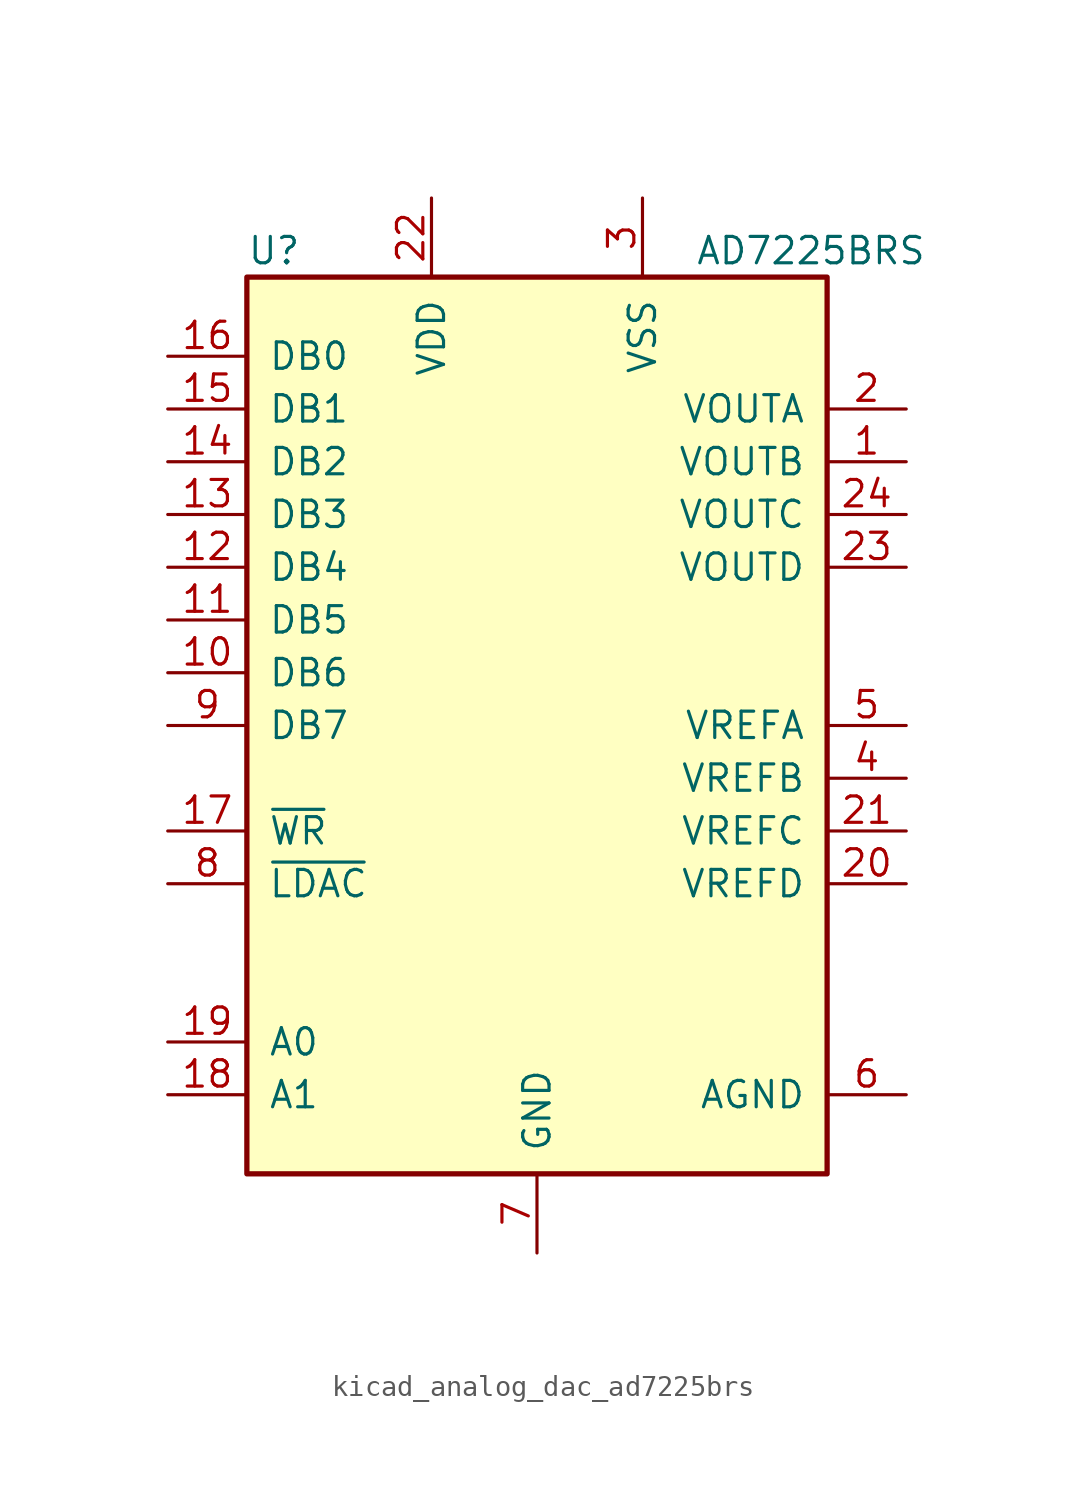
<source format=kicad_sym>
(kicad_symbol_lib
  (version 20220914)
  (generator kicad_symbol_editor)
  (symbol "kicad_analog_dac_ad7225brs"
    (pin_names
      (offset 1.016))
    (property "Reference" "U"
      (at -13.97 22.86 0)
      (effects (font (size 1.27 1.27)) (justify left)))
    (property "Value" "AD7225BRS"
      (at 7.62 22.86 0)
      (effects (font (size 1.27 1.27)) (justify left)))
    (symbol "kicad_analog_dac_ad7225brs_0_1"
      (rectangle (start -13.97 -21.59) (end 13.97 21.59) (stroke (width 0.254) (type default)) (fill (type background))))
    (symbol "kicad_analog_dac_ad7225brs_1_1"
      (pin output line (at 17.78 12.7 180) (length 3.81) (name "VOUTB" (effects (font (size 1.27 1.27)))) (number "1" (effects (font (size 1.27 1.27)))))
      (pin input line (at -17.78 2.54 0) (length 3.81) (name "DB6" (effects (font (size 1.27 1.27)))) (number "10" (effects (font (size 1.27 1.27)))))
      (pin input line (at -17.78 5.08 0) (length 3.81) (name "DB5" (effects (font (size 1.27 1.27)))) (number "11" (effects (font (size 1.27 1.27)))))
      (pin input line (at -17.78 7.62 0) (length 3.81) (name "DB4" (effects (font (size 1.27 1.27)))) (number "12" (effects (font (size 1.27 1.27)))))
      (pin input line (at -17.78 10.16 0) (length 3.81) (name "DB3" (effects (font (size 1.27 1.27)))) (number "13" (effects (font (size 1.27 1.27)))))
      (pin input line (at -17.78 12.7 0) (length 3.81) (name "DB2" (effects (font (size 1.27 1.27)))) (number "14" (effects (font (size 1.27 1.27)))))
      (pin input line (at -17.78 15.24 0) (length 3.81) (name "DB1" (effects (font (size 1.27 1.27)))) (number "15" (effects (font (size 1.27 1.27)))))
      (pin input line (at -17.78 17.78 0) (length 3.81) (name "DB0" (effects (font (size 1.27 1.27)))) (number "16" (effects (font (size 1.27 1.27)))))
      (pin input line (at -17.78 -5.08 0) (length 3.81) (name "~{WR}" (effects (font (size 1.27 1.27)))) (number "17" (effects (font (size 1.27 1.27)))))
      (pin input line (at -17.78 -17.78 0) (length 3.81) (name "A1" (effects (font (size 1.27 1.27)))) (number "18" (effects (font (size 1.27 1.27)))))
      (pin input line (at -17.78 -15.24 0) (length 3.81) (name "A0" (effects (font (size 1.27 1.27)))) (number "19" (effects (font (size 1.27 1.27)))))
      (pin output line (at 17.78 15.24 180) (length 3.81) (name "VOUTA" (effects (font (size 1.27 1.27)))) (number "2" (effects (font (size 1.27 1.27)))))
      (pin input line (at 17.78 -7.62 180) (length 3.81) (name "VREFD" (effects (font (size 1.27 1.27)))) (number "20" (effects (font (size 1.27 1.27)))))
      (pin input line (at 17.78 -5.08 180) (length 3.81) (name "VREFC" (effects (font (size 1.27 1.27)))) (number "21" (effects (font (size 1.27 1.27)))))
      (pin power_in line (at -5.08 25.4 270) (length 3.81) (name "VDD" (effects (font (size 1.27 1.27)))) (number "22" (effects (font (size 1.27 1.27)))))
      (pin output line (at 17.78 7.62 180) (length 3.81) (name "VOUTD" (effects (font (size 1.27 1.27)))) (number "23" (effects (font (size 1.27 1.27)))))
      (pin output line (at 17.78 10.16 180) (length 3.81) (name "VOUTC" (effects (font (size 1.27 1.27)))) (number "24" (effects (font (size 1.27 1.27)))))
      (pin power_in line (at 5.08 25.4 270) (length 3.81) (name "VSS" (effects (font (size 1.27 1.27)))) (number "3" (effects (font (size 1.27 1.27)))))
      (pin input line (at 17.78 -2.54 180) (length 3.81) (name "VREFB" (effects (font (size 1.27 1.27)))) (number "4" (effects (font (size 1.27 1.27)))))
      (pin input line (at 17.78 0 180) (length 3.81) (name "VREFA" (effects (font (size 1.27 1.27)))) (number "5" (effects (font (size 1.27 1.27)))))
      (pin input line (at 17.78 -17.78 180) (length 3.81) (name "AGND" (effects (font (size 1.27 1.27)))) (number "6" (effects (font (size 1.27 1.27)))))
      (pin power_in line (at 0 -25.4 90) (length 3.81) (name "GND" (effects (font (size 1.27 1.27)))) (number "7" (effects (font (size 1.27 1.27)))))
      (pin input line (at -17.78 -7.62 0) (length 3.81) (name "~{LDAC}" (effects (font (size 1.27 1.27)))) (number "8" (effects (font (size 1.27 1.27)))))
      (pin input line (at -17.78 0 0) (length 3.81) (name "DB7" (effects (font (size 1.27 1.27)))) (number "9" (effects (font (size 1.27 1.27))))))))
</source>
